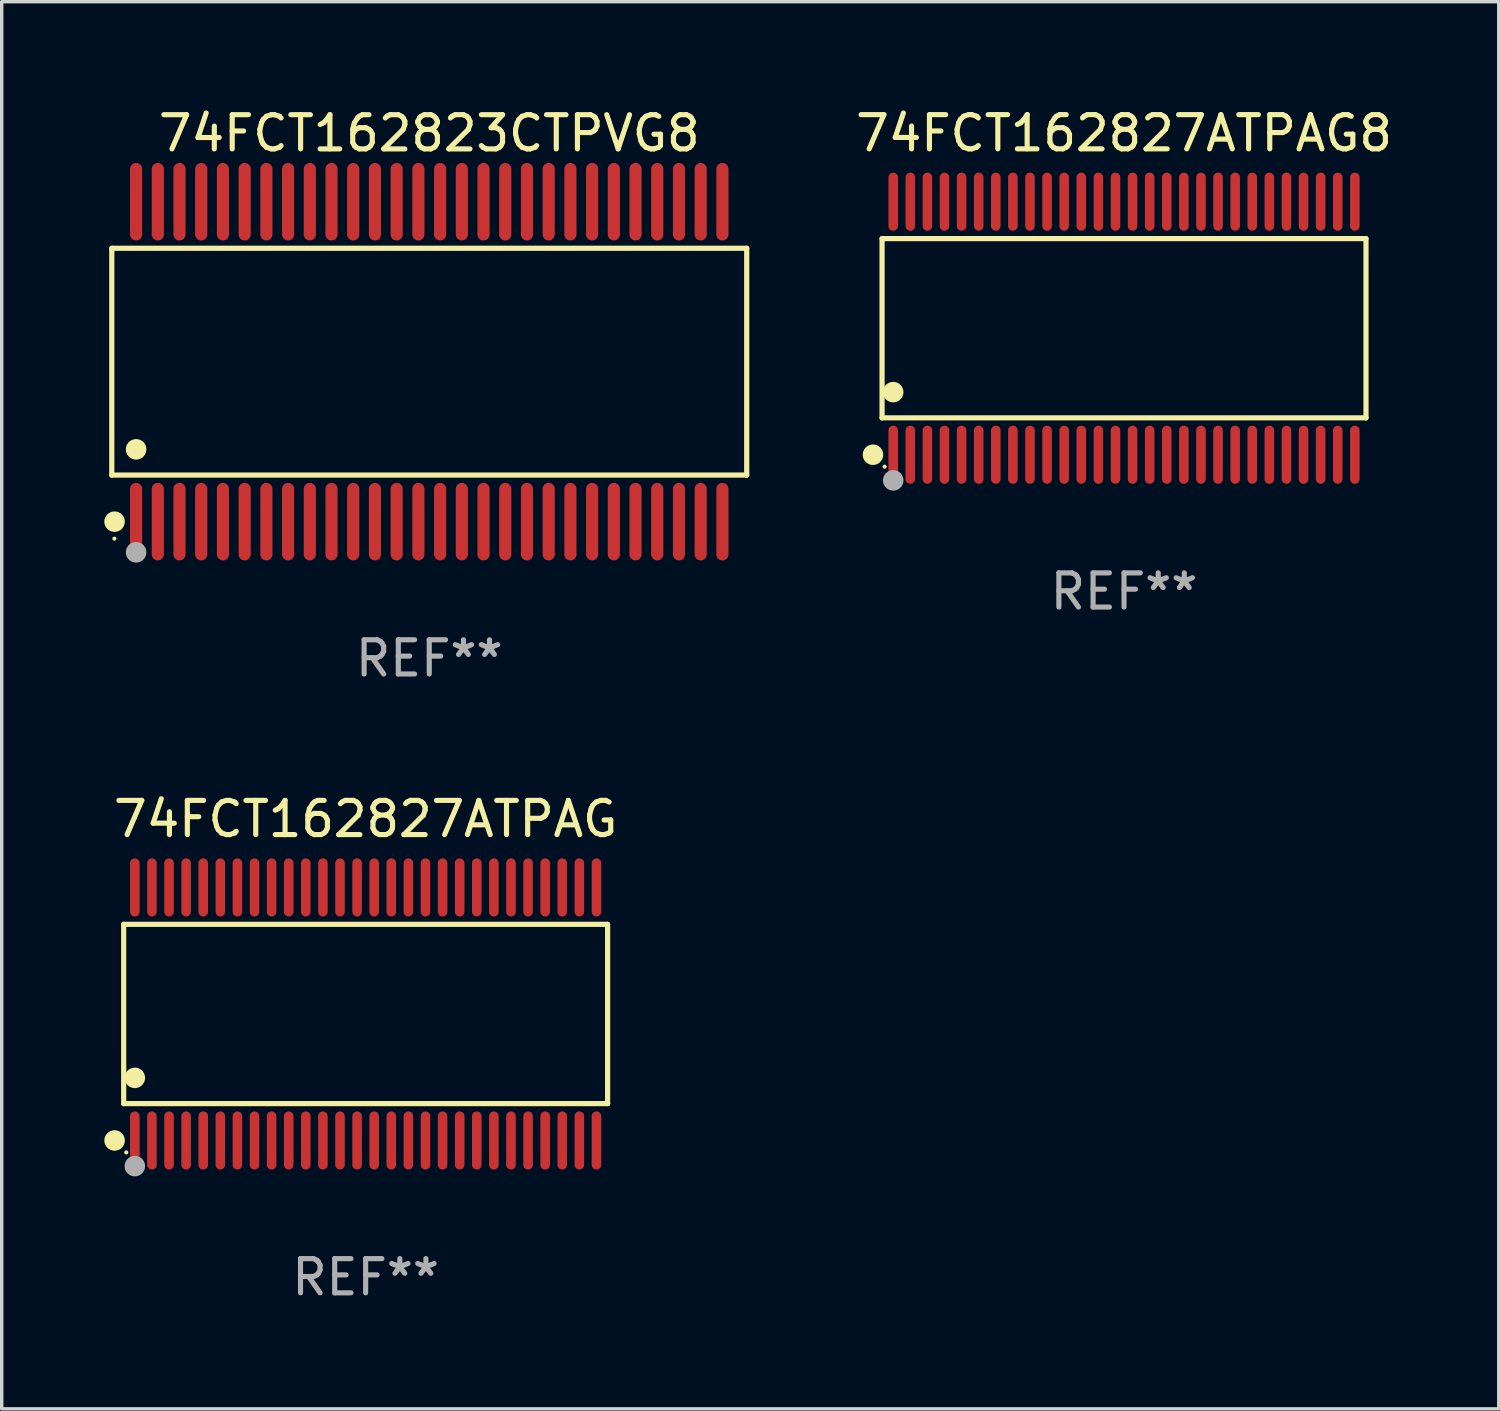
<source format=kicad_pcb>
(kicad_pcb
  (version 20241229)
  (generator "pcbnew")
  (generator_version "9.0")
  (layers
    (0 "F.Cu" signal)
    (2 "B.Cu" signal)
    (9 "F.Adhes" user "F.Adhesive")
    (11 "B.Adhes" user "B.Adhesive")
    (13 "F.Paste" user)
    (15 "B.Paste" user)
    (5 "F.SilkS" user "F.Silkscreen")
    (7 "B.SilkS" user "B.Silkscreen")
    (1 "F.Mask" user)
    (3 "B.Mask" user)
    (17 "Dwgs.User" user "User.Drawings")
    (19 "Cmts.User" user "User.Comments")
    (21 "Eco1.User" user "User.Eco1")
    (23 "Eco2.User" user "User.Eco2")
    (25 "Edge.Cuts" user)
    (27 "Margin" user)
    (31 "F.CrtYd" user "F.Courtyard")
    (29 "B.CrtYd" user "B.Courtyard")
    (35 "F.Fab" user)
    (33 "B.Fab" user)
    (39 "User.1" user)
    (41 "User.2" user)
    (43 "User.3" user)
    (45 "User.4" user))
  (footprint "74FCT162827ATPAG8"
    (layer "F.Cu")
    (at 29.821 6.548)
    (property "Reference" "74FCT162827ATPAG8" (at 0 -5.7 0) (layer "F.SilkS") (effects (font (size 1 1) (thickness 0.15))))
    (attr through_hole)
    (fp_line (start -7.076 -2.621) (end 7.076 -2.621) (stroke (width 0.152) (type solid)) (layer "F.SilkS"))
    (fp_line (start -7.076 2.621) (end -7.076 -2.621) (stroke (width 0.152) (type solid)) (layer "F.SilkS"))
    (fp_line (start 7.076 -2.621) (end 7.076 2.621) (stroke (width 0.152) (type solid)) (layer "F.SilkS"))
    (fp_line (start 7.076 2.621) (end -7.076 2.621) (stroke (width 0.152) (type solid)) (layer "F.SilkS"))
    (fp_circle (center -7.342 3.7) (end -7.192 3.7) (stroke (width 0.3) (type solid)) (fill no) (layer "F.SilkS"))
    (fp_circle (center -7 4.05) (end -6.97 4.05) (stroke (width 0.06) (type solid)) (fill no) (layer "F.SilkS"))
    (fp_circle (center -6.75 1.869) (end -6.6 1.869) (stroke (width 0.3) (type solid)) (fill no) (layer "F.SilkS"))
    (fp_circle (center -6.75 4.45) (end -6.6 4.45) (stroke (width 0.3) (type solid)) (fill no) (layer "F.Fab"))
    (fp_text user "REF**" (at 0 7.7 0) (layer "F.Fab") (effects (font (size 1 1) (thickness 0.15))))
    (pad "1" smd oval (at -6.75 3.7) (size 0.28 1.7) (layers "F.Cu" "F.Mask" "F.Paste"))
    (pad "2" smd oval (at -6.25 3.7) (size 0.28 1.7) (layers "F.Cu" "F.Mask" "F.Paste"))
    (pad "3" smd oval (at -5.75 3.7) (size 0.28 1.7) (layers "F.Cu" "F.Mask" "F.Paste"))
    (pad "4" smd oval (at -5.25 3.7) (size 0.28 1.7) (layers "F.Cu" "F.Mask" "F.Paste"))
    (pad "5" smd oval (at -4.75 3.7) (size 0.28 1.7) (layers "F.Cu" "F.Mask" "F.Paste"))
    (pad "6" smd oval (at -4.25 3.7) (size 0.28 1.7) (layers "F.Cu" "F.Mask" "F.Paste"))
    (pad "7" smd oval (at -3.75 3.7) (size 0.28 1.7) (layers "F.Cu" "F.Mask" "F.Paste"))
    (pad "8" smd oval (at -3.25 3.7) (size 0.28 1.7) (layers "F.Cu" "F.Mask" "F.Paste"))
    (pad "9" smd oval (at -2.75 3.7) (size 0.28 1.7) (layers "F.Cu" "F.Mask" "F.Paste"))
    (pad "10" smd oval (at -2.25 3.7) (size 0.28 1.7) (layers "F.Cu" "F.Mask" "F.Paste"))
    (pad "11" smd oval (at -1.75 3.7) (size 0.28 1.7) (layers "F.Cu" "F.Mask" "F.Paste"))
    (pad "12" smd oval (at -1.25 3.7) (size 0.28 1.7) (layers "F.Cu" "F.Mask" "F.Paste"))
    (pad "13" smd oval (at -0.75 3.7) (size 0.28 1.7) (layers "F.Cu" "F.Mask" "F.Paste"))
    (pad "14" smd oval (at -0.25 3.7) (size 0.28 1.7) (layers "F.Cu" "F.Mask" "F.Paste"))
    (pad "15" smd oval (at 0.25 3.7) (size 0.28 1.7) (layers "F.Cu" "F.Mask" "F.Paste"))
    (pad "16" smd oval (at 0.75 3.7) (size 0.28 1.7) (layers "F.Cu" "F.Mask" "F.Paste"))
    (pad "17" smd oval (at 1.25 3.7) (size 0.28 1.7) (layers "F.Cu" "F.Mask" "F.Paste"))
    (pad "18" smd oval (at 1.75 3.7) (size 0.28 1.7) (layers "F.Cu" "F.Mask" "F.Paste"))
    (pad "19" smd oval (at 2.25 3.7) (size 0.28 1.7) (layers "F.Cu" "F.Mask" "F.Paste"))
    (pad "20" smd oval (at 2.75 3.7) (size 0.28 1.7) (layers "F.Cu" "F.Mask" "F.Paste"))
    (pad "21" smd oval (at 3.25 3.7) (size 0.28 1.7) (layers "F.Cu" "F.Mask" "F.Paste"))
    (pad "22" smd oval (at 3.75 3.7) (size 0.28 1.7) (layers "F.Cu" "F.Mask" "F.Paste"))
    (pad "23" smd oval (at 4.25 3.7) (size 0.28 1.7) (layers "F.Cu" "F.Mask" "F.Paste"))
    (pad "24" smd oval (at 4.75 3.7) (size 0.28 1.7) (layers "F.Cu" "F.Mask" "F.Paste"))
    (pad "25" smd oval (at 5.25 3.7) (size 0.28 1.7) (layers "F.Cu" "F.Mask" "F.Paste"))
    (pad "26" smd oval (at 5.75 3.7) (size 0.28 1.7) (layers "F.Cu" "F.Mask" "F.Paste"))
    (pad "27" smd oval (at 6.25 3.7) (size 0.28 1.7) (layers "F.Cu" "F.Mask" "F.Paste"))
    (pad "28" smd oval (at 6.75 3.7) (size 0.28 1.7) (layers "F.Cu" "F.Mask" "F.Paste"))
    (pad "29" smd oval (at 6.75 -3.7) (size 0.28 1.7) (layers "F.Cu" "F.Mask" "F.Paste"))
    (pad "30" smd oval (at 6.25 -3.7) (size 0.28 1.7) (layers "F.Cu" "F.Mask" "F.Paste"))
    (pad "31" smd oval (at 5.75 -3.7) (size 0.28 1.7) (layers "F.Cu" "F.Mask" "F.Paste"))
    (pad "32" smd oval (at 5.25 -3.7) (size 0.28 1.7) (layers "F.Cu" "F.Mask" "F.Paste"))
    (pad "33" smd oval (at 4.75 -3.7) (size 0.28 1.7) (layers "F.Cu" "F.Mask" "F.Paste"))
    (pad "34" smd oval (at 4.25 -3.7) (size 0.28 1.7) (layers "F.Cu" "F.Mask" "F.Paste"))
    (pad "35" smd oval (at 3.75 -3.7) (size 0.28 1.7) (layers "F.Cu" "F.Mask" "F.Paste"))
    (pad "36" smd oval (at 3.25 -3.7) (size 0.28 1.7) (layers "F.Cu" "F.Mask" "F.Paste"))
    (pad "37" smd oval (at 2.75 -3.7) (size 0.28 1.7) (layers "F.Cu" "F.Mask" "F.Paste"))
    (pad "38" smd oval (at 2.25 -3.7) (size 0.28 1.7) (layers "F.Cu" "F.Mask" "F.Paste"))
    (pad "39" smd oval (at 1.75 -3.7) (size 0.28 1.7) (layers "F.Cu" "F.Mask" "F.Paste"))
    (pad "40" smd oval (at 1.25 -3.7) (size 0.28 1.7) (layers "F.Cu" "F.Mask" "F.Paste"))
    (pad "41" smd oval (at 0.75 -3.7) (size 0.28 1.7) (layers "F.Cu" "F.Mask" "F.Paste"))
    (pad "42" smd oval (at 0.25 -3.7) (size 0.28 1.7) (layers "F.Cu" "F.Mask" "F.Paste"))
    (pad "43" smd oval (at -0.25 -3.7) (size 0.28 1.7) (layers "F.Cu" "F.Mask" "F.Paste"))
    (pad "44" smd oval (at -0.75 -3.7) (size 0.28 1.7) (layers "F.Cu" "F.Mask" "F.Paste"))
    (pad "45" smd oval (at -1.25 -3.7) (size 0.28 1.7) (layers "F.Cu" "F.Mask" "F.Paste"))
    (pad "46" smd oval (at -1.75 -3.7) (size 0.28 1.7) (layers "F.Cu" "F.Mask" "F.Paste"))
    (pad "47" smd oval (at -2.25 -3.7) (size 0.28 1.7) (layers "F.Cu" "F.Mask" "F.Paste"))
    (pad "48" smd oval (at -2.75 -3.7) (size 0.28 1.7) (layers "F.Cu" "F.Mask" "F.Paste"))
    (pad "49" smd oval (at -3.25 -3.7) (size 0.28 1.7) (layers "F.Cu" "F.Mask" "F.Paste"))
    (pad "50" smd oval (at -3.75 -3.7) (size 0.28 1.7) (layers "F.Cu" "F.Mask" "F.Paste"))
    (pad "51" smd oval (at -4.25 -3.7) (size 0.28 1.7) (layers "F.Cu" "F.Mask" "F.Paste"))
    (pad "52" smd oval (at -4.75 -3.7) (size 0.28 1.7) (layers "F.Cu" "F.Mask" "F.Paste"))
    (pad "53" smd oval (at -5.25 -3.7) (size 0.28 1.7) (layers "F.Cu" "F.Mask" "F.Paste"))
    (pad "54" smd oval (at -5.75 -3.7) (size 0.28 1.7) (layers "F.Cu" "F.Mask" "F.Paste"))
    (pad "55" smd oval (at -6.25 -3.7) (size 0.28 1.7) (layers "F.Cu" "F.Mask" "F.Paste"))
    (pad "56" smd oval (at -6.75 -3.7) (size 0.28 1.7) (layers "F.Cu" "F.Mask" "F.Paste")))
  (footprint "74FCT162827ATPAG"
    (layer "F.Cu")
    (at 7.643 26.602)
    (property "Reference" "74FCT162827ATPAG" (at 0 -5.7 0) (layer "F.SilkS") (effects (font (size 1 1) (thickness 0.15))))
    (attr through_hole)
    (fp_line (start -7.076 -2.621) (end 7.076 -2.621) (stroke (width 0.152) (type solid)) (layer "F.SilkS"))
    (fp_line (start -7.076 2.621) (end -7.076 -2.621) (stroke (width 0.152) (type solid)) (layer "F.SilkS"))
    (fp_line (start 7.076 -2.621) (end 7.076 2.621) (stroke (width 0.152) (type solid)) (layer "F.SilkS"))
    (fp_line (start 7.076 2.621) (end -7.076 2.621) (stroke (width 0.152) (type solid)) (layer "F.SilkS"))
    (fp_circle (center -7.342 3.7) (end -7.192 3.7) (stroke (width 0.3) (type solid)) (fill no) (layer "F.SilkS"))
    (fp_circle (center -7 4.05) (end -6.97 4.05) (stroke (width 0.06) (type solid)) (fill no) (layer "F.SilkS"))
    (fp_circle (center -6.75 1.869) (end -6.6 1.869) (stroke (width 0.3) (type solid)) (fill no) (layer "F.SilkS"))
    (fp_circle (center -6.75 4.45) (end -6.6 4.45) (stroke (width 0.3) (type solid)) (fill no) (layer "F.Fab"))
    (fp_text user "REF**" (at 0 7.7 0) (layer "F.Fab") (effects (font (size 1 1) (thickness 0.15))))
    (pad "1" smd oval (at -6.75 3.7) (size 0.28 1.7) (layers "F.Cu" "F.Mask" "F.Paste"))
    (pad "2" smd oval (at -6.25 3.7) (size 0.28 1.7) (layers "F.Cu" "F.Mask" "F.Paste"))
    (pad "3" smd oval (at -5.75 3.7) (size 0.28 1.7) (layers "F.Cu" "F.Mask" "F.Paste"))
    (pad "4" smd oval (at -5.25 3.7) (size 0.28 1.7) (layers "F.Cu" "F.Mask" "F.Paste"))
    (pad "5" smd oval (at -4.75 3.7) (size 0.28 1.7) (layers "F.Cu" "F.Mask" "F.Paste"))
    (pad "6" smd oval (at -4.25 3.7) (size 0.28 1.7) (layers "F.Cu" "F.Mask" "F.Paste"))
    (pad "7" smd oval (at -3.75 3.7) (size 0.28 1.7) (layers "F.Cu" "F.Mask" "F.Paste"))
    (pad "8" smd oval (at -3.25 3.7) (size 0.28 1.7) (layers "F.Cu" "F.Mask" "F.Paste"))
    (pad "9" smd oval (at -2.75 3.7) (size 0.28 1.7) (layers "F.Cu" "F.Mask" "F.Paste"))
    (pad "10" smd oval (at -2.25 3.7) (size 0.28 1.7) (layers "F.Cu" "F.Mask" "F.Paste"))
    (pad "11" smd oval (at -1.75 3.7) (size 0.28 1.7) (layers "F.Cu" "F.Mask" "F.Paste"))
    (pad "12" smd oval (at -1.25 3.7) (size 0.28 1.7) (layers "F.Cu" "F.Mask" "F.Paste"))
    (pad "13" smd oval (at -0.75 3.7) (size 0.28 1.7) (layers "F.Cu" "F.Mask" "F.Paste"))
    (pad "14" smd oval (at -0.25 3.7) (size 0.28 1.7) (layers "F.Cu" "F.Mask" "F.Paste"))
    (pad "15" smd oval (at 0.25 3.7) (size 0.28 1.7) (layers "F.Cu" "F.Mask" "F.Paste"))
    (pad "16" smd oval (at 0.75 3.7) (size 0.28 1.7) (layers "F.Cu" "F.Mask" "F.Paste"))
    (pad "17" smd oval (at 1.25 3.7) (size 0.28 1.7) (layers "F.Cu" "F.Mask" "F.Paste"))
    (pad "18" smd oval (at 1.75 3.7) (size 0.28 1.7) (layers "F.Cu" "F.Mask" "F.Paste"))
    (pad "19" smd oval (at 2.25 3.7) (size 0.28 1.7) (layers "F.Cu" "F.Mask" "F.Paste"))
    (pad "20" smd oval (at 2.75 3.7) (size 0.28 1.7) (layers "F.Cu" "F.Mask" "F.Paste"))
    (pad "21" smd oval (at 3.25 3.7) (size 0.28 1.7) (layers "F.Cu" "F.Mask" "F.Paste"))
    (pad "22" smd oval (at 3.75 3.7) (size 0.28 1.7) (layers "F.Cu" "F.Mask" "F.Paste"))
    (pad "23" smd oval (at 4.25 3.7) (size 0.28 1.7) (layers "F.Cu" "F.Mask" "F.Paste"))
    (pad "24" smd oval (at 4.75 3.7) (size 0.28 1.7) (layers "F.Cu" "F.Mask" "F.Paste"))
    (pad "25" smd oval (at 5.25 3.7) (size 0.28 1.7) (layers "F.Cu" "F.Mask" "F.Paste"))
    (pad "26" smd oval (at 5.75 3.7) (size 0.28 1.7) (layers "F.Cu" "F.Mask" "F.Paste"))
    (pad "27" smd oval (at 6.25 3.7) (size 0.28 1.7) (layers "F.Cu" "F.Mask" "F.Paste"))
    (pad "28" smd oval (at 6.75 3.7) (size 0.28 1.7) (layers "F.Cu" "F.Mask" "F.Paste"))
    (pad "29" smd oval (at 6.75 -3.7) (size 0.28 1.7) (layers "F.Cu" "F.Mask" "F.Paste"))
    (pad "30" smd oval (at 6.25 -3.7) (size 0.28 1.7) (layers "F.Cu" "F.Mask" "F.Paste"))
    (pad "31" smd oval (at 5.75 -3.7) (size 0.28 1.7) (layers "F.Cu" "F.Mask" "F.Paste"))
    (pad "32" smd oval (at 5.25 -3.7) (size 0.28 1.7) (layers "F.Cu" "F.Mask" "F.Paste"))
    (pad "33" smd oval (at 4.75 -3.7) (size 0.28 1.7) (layers "F.Cu" "F.Mask" "F.Paste"))
    (pad "34" smd oval (at 4.25 -3.7) (size 0.28 1.7) (layers "F.Cu" "F.Mask" "F.Paste"))
    (pad "35" smd oval (at 3.75 -3.7) (size 0.28 1.7) (layers "F.Cu" "F.Mask" "F.Paste"))
    (pad "36" smd oval (at 3.25 -3.7) (size 0.28 1.7) (layers "F.Cu" "F.Mask" "F.Paste"))
    (pad "37" smd oval (at 2.75 -3.7) (size 0.28 1.7) (layers "F.Cu" "F.Mask" "F.Paste"))
    (pad "38" smd oval (at 2.25 -3.7) (size 0.28 1.7) (layers "F.Cu" "F.Mask" "F.Paste"))
    (pad "39" smd oval (at 1.75 -3.7) (size 0.28 1.7) (layers "F.Cu" "F.Mask" "F.Paste"))
    (pad "40" smd oval (at 1.25 -3.7) (size 0.28 1.7) (layers "F.Cu" "F.Mask" "F.Paste"))
    (pad "41" smd oval (at 0.75 -3.7) (size 0.28 1.7) (layers "F.Cu" "F.Mask" "F.Paste"))
    (pad "42" smd oval (at 0.25 -3.7) (size 0.28 1.7) (layers "F.Cu" "F.Mask" "F.Paste"))
    (pad "43" smd oval (at -0.25 -3.7) (size 0.28 1.7) (layers "F.Cu" "F.Mask" "F.Paste"))
    (pad "44" smd oval (at -0.75 -3.7) (size 0.28 1.7) (layers "F.Cu" "F.Mask" "F.Paste"))
    (pad "45" smd oval (at -1.25 -3.7) (size 0.28 1.7) (layers "F.Cu" "F.Mask" "F.Paste"))
    (pad "46" smd oval (at -1.75 -3.7) (size 0.28 1.7) (layers "F.Cu" "F.Mask" "F.Paste"))
    (pad "47" smd oval (at -2.25 -3.7) (size 0.28 1.7) (layers "F.Cu" "F.Mask" "F.Paste"))
    (pad "48" smd oval (at -2.75 -3.7) (size 0.28 1.7) (layers "F.Cu" "F.Mask" "F.Paste"))
    (pad "49" smd oval (at -3.25 -3.7) (size 0.28 1.7) (layers "F.Cu" "F.Mask" "F.Paste"))
    (pad "50" smd oval (at -3.75 -3.7) (size 0.28 1.7) (layers "F.Cu" "F.Mask" "F.Paste"))
    (pad "51" smd oval (at -4.25 -3.7) (size 0.28 1.7) (layers "F.Cu" "F.Mask" "F.Paste"))
    (pad "52" smd oval (at -4.75 -3.7) (size 0.28 1.7) (layers "F.Cu" "F.Mask" "F.Paste"))
    (pad "53" smd oval (at -5.25 -3.7) (size 0.28 1.7) (layers "F.Cu" "F.Mask" "F.Paste"))
    (pad "54" smd oval (at -5.75 -3.7) (size 0.28 1.7) (layers "F.Cu" "F.Mask" "F.Paste"))
    (pad "55" smd oval (at -6.25 -3.7) (size 0.28 1.7) (layers "F.Cu" "F.Mask" "F.Paste"))
    (pad "56" smd oval (at -6.75 -3.7) (size 0.28 1.7) (layers "F.Cu" "F.Mask" "F.Paste")))
  (footprint "74FCT162823CTPVG8"
    (layer "F.Cu")
    (at 9.503 7.527)
    (property "Reference" "74FCT162823CTPVG8" (at 0 -6.678 0) (layer "F.SilkS") (effects (font (size 1 1) (thickness 0.15))))
    (attr through_hole)
    (fp_line (start -9.284 -3.316) (end 9.284 -3.316) (stroke (width 0.152) (type solid)) (layer "F.SilkS"))
    (fp_line (start -9.284 3.316) (end -9.284 -3.316) (stroke (width 0.152) (type solid)) (layer "F.SilkS"))
    (fp_line (start 9.284 -3.316) (end 9.284 3.316) (stroke (width 0.152) (type solid)) (layer "F.SilkS"))
    (fp_line (start 9.284 3.316) (end -9.284 3.316) (stroke (width 0.152) (type solid)) (layer "F.SilkS"))
    (fp_circle (center -9.208 5.175) (end -9.178 5.175) (stroke (width 0.06) (type solid)) (fill no) (layer "F.SilkS"))
    (fp_circle (center -9.203 4.678) (end -9.053 4.678) (stroke (width 0.3) (type solid)) (fill no) (layer "F.SilkS"))
    (fp_circle (center -8.573 2.564) (end -8.422 2.564) (stroke (width 0.3) (type solid)) (fill no) (layer "F.SilkS"))
    (fp_circle (center -8.573 5.575) (end -8.422 5.575) (stroke (width 0.3) (type solid)) (fill no) (layer "F.Fab"))
    (fp_text user "REF**" (at 0 8.678 0) (layer "F.Fab") (effects (font (size 1 1) (thickness 0.15))))
    (pad "1" smd oval (at -8.573 4.678) (size 0.356 2.267) (layers "F.Cu" "F.Mask" "F.Paste"))
    (pad "2" smd oval (at -7.938 4.678) (size 0.356 2.267) (layers "F.Cu" "F.Mask" "F.Paste"))
    (pad "3" smd oval (at -7.303 4.678) (size 0.356 2.267) (layers "F.Cu" "F.Mask" "F.Paste"))
    (pad "4" smd oval (at -6.668 4.678) (size 0.356 2.267) (layers "F.Cu" "F.Mask" "F.Paste"))
    (pad "5" smd oval (at -6.033 4.678) (size 0.356 2.267) (layers "F.Cu" "F.Mask" "F.Paste"))
    (pad "6" smd oval (at -5.398 4.678) (size 0.356 2.267) (layers "F.Cu" "F.Mask" "F.Paste"))
    (pad "7" smd oval (at -4.763 4.678) (size 0.356 2.267) (layers "F.Cu" "F.Mask" "F.Paste"))
    (pad "8" smd oval (at -4.128 4.678) (size 0.356 2.267) (layers "F.Cu" "F.Mask" "F.Paste"))
    (pad "9" smd oval (at -3.493 4.678) (size 0.356 2.267) (layers "F.Cu" "F.Mask" "F.Paste"))
    (pad "10" smd oval (at -2.858 4.678) (size 0.356 2.267) (layers "F.Cu" "F.Mask" "F.Paste"))
    (pad "11" smd oval (at -2.223 4.678) (size 0.356 2.267) (layers "F.Cu" "F.Mask" "F.Paste"))
    (pad "12" smd oval (at -1.588 4.678) (size 0.356 2.267) (layers "F.Cu" "F.Mask" "F.Paste"))
    (pad "13" smd oval (at -0.953 4.678) (size 0.356 2.267) (layers "F.Cu" "F.Mask" "F.Paste"))
    (pad "14" smd oval (at -0.318 4.678) (size 0.356 2.267) (layers "F.Cu" "F.Mask" "F.Paste"))
    (pad "15" smd oval (at 0.318 4.678) (size 0.356 2.267) (layers "F.Cu" "F.Mask" "F.Paste"))
    (pad "16" smd oval (at 0.953 4.678) (size 0.356 2.267) (layers "F.Cu" "F.Mask" "F.Paste"))
    (pad "17" smd oval (at 1.588 4.678) (size 0.356 2.267) (layers "F.Cu" "F.Mask" "F.Paste"))
    (pad "18" smd oval (at 2.223 4.678) (size 0.356 2.267) (layers "F.Cu" "F.Mask" "F.Paste"))
    (pad "19" smd oval (at 2.858 4.678) (size 0.356 2.267) (layers "F.Cu" "F.Mask" "F.Paste"))
    (pad "20" smd oval (at 3.493 4.678) (size 0.356 2.267) (layers "F.Cu" "F.Mask" "F.Paste"))
    (pad "21" smd oval (at 4.128 4.678) (size 0.356 2.267) (layers "F.Cu" "F.Mask" "F.Paste"))
    (pad "22" smd oval (at 4.763 4.678) (size 0.356 2.267) (layers "F.Cu" "F.Mask" "F.Paste"))
    (pad "23" smd oval (at 5.398 4.678) (size 0.356 2.267) (layers "F.Cu" "F.Mask" "F.Paste"))
    (pad "24" smd oval (at 6.033 4.678) (size 0.356 2.267) (layers "F.Cu" "F.Mask" "F.Paste"))
    (pad "25" smd oval (at 6.668 4.678) (size 0.356 2.267) (layers "F.Cu" "F.Mask" "F.Paste"))
    (pad "26" smd oval (at 7.303 4.678) (size 0.356 2.267) (layers "F.Cu" "F.Mask" "F.Paste"))
    (pad "27" smd oval (at 7.938 4.678) (size 0.356 2.267) (layers "F.Cu" "F.Mask" "F.Paste"))
    (pad "28" smd oval (at 8.573 4.678) (size 0.356 2.267) (layers "F.Cu" "F.Mask" "F.Paste"))
    (pad "29" smd oval (at 8.573 -4.678) (size 0.356 2.267) (layers "F.Cu" "F.Mask" "F.Paste"))
    (pad "30" smd oval (at 7.938 -4.678) (size 0.356 2.267) (layers "F.Cu" "F.Mask" "F.Paste"))
    (pad "31" smd oval (at 7.303 -4.678) (size 0.356 2.267) (layers "F.Cu" "F.Mask" "F.Paste"))
    (pad "32" smd oval (at 6.668 -4.678) (size 0.356 2.267) (layers "F.Cu" "F.Mask" "F.Paste"))
    (pad "33" smd oval (at 6.033 -4.678) (size 0.356 2.267) (layers "F.Cu" "F.Mask" "F.Paste"))
    (pad "34" smd oval (at 5.398 -4.678) (size 0.356 2.267) (layers "F.Cu" "F.Mask" "F.Paste"))
    (pad "35" smd oval (at 4.763 -4.678) (size 0.356 2.267) (layers "F.Cu" "F.Mask" "F.Paste"))
    (pad "36" smd oval (at 4.128 -4.678) (size 0.356 2.267) (layers "F.Cu" "F.Mask" "F.Paste"))
    (pad "37" smd oval (at 3.493 -4.678) (size 0.356 2.267) (layers "F.Cu" "F.Mask" "F.Paste"))
    (pad "38" smd oval (at 2.858 -4.678) (size 0.356 2.267) (layers "F.Cu" "F.Mask" "F.Paste"))
    (pad "39" smd oval (at 2.223 -4.678) (size 0.356 2.267) (layers "F.Cu" "F.Mask" "F.Paste"))
    (pad "40" smd oval (at 1.588 -4.678) (size 0.356 2.267) (layers "F.Cu" "F.Mask" "F.Paste"))
    (pad "41" smd oval (at 0.953 -4.678) (size 0.356 2.267) (layers "F.Cu" "F.Mask" "F.Paste"))
    (pad "42" smd oval (at 0.318 -4.678) (size 0.356 2.267) (layers "F.Cu" "F.Mask" "F.Paste"))
    (pad "43" smd oval (at -0.318 -4.678) (size 0.356 2.267) (layers "F.Cu" "F.Mask" "F.Paste"))
    (pad "44" smd oval (at -0.953 -4.678) (size 0.356 2.267) (layers "F.Cu" "F.Mask" "F.Paste"))
    (pad "45" smd oval (at -1.588 -4.678) (size 0.356 2.267) (layers "F.Cu" "F.Mask" "F.Paste"))
    (pad "46" smd oval (at -2.223 -4.678) (size 0.356 2.267) (layers "F.Cu" "F.Mask" "F.Paste"))
    (pad "47" smd oval (at -2.858 -4.678) (size 0.356 2.267) (layers "F.Cu" "F.Mask" "F.Paste"))
    (pad "48" smd oval (at -3.493 -4.678) (size 0.356 2.267) (layers "F.Cu" "F.Mask" "F.Paste"))
    (pad "49" smd oval (at -4.128 -4.678) (size 0.356 2.267) (layers "F.Cu" "F.Mask" "F.Paste"))
    (pad "50" smd oval (at -4.763 -4.678) (size 0.356 2.267) (layers "F.Cu" "F.Mask" "F.Paste"))
    (pad "51" smd oval (at -5.398 -4.678) (size 0.356 2.267) (layers "F.Cu" "F.Mask" "F.Paste"))
    (pad "52" smd oval (at -6.033 -4.678) (size 0.356 2.267) (layers "F.Cu" "F.Mask" "F.Paste"))
    (pad "53" smd oval (at -6.668 -4.678) (size 0.356 2.267) (layers "F.Cu" "F.Mask" "F.Paste"))
    (pad "54" smd oval (at -7.303 -4.678) (size 0.356 2.267) (layers "F.Cu" "F.Mask" "F.Paste"))
    (pad "55" smd oval (at -7.938 -4.678) (size 0.356 2.267) (layers "F.Cu" "F.Mask" "F.Paste"))
    (pad "56" smd oval (at -8.573 -4.678) (size 0.356 2.267) (layers "F.Cu" "F.Mask" "F.Paste")))
  (gr_rect
    (start -3 -3)
    (end 40.779 38.15)
    (stroke (width 0.1) (type default))
    (fill no)
    (layer "Edge.Cuts")))
</source>
